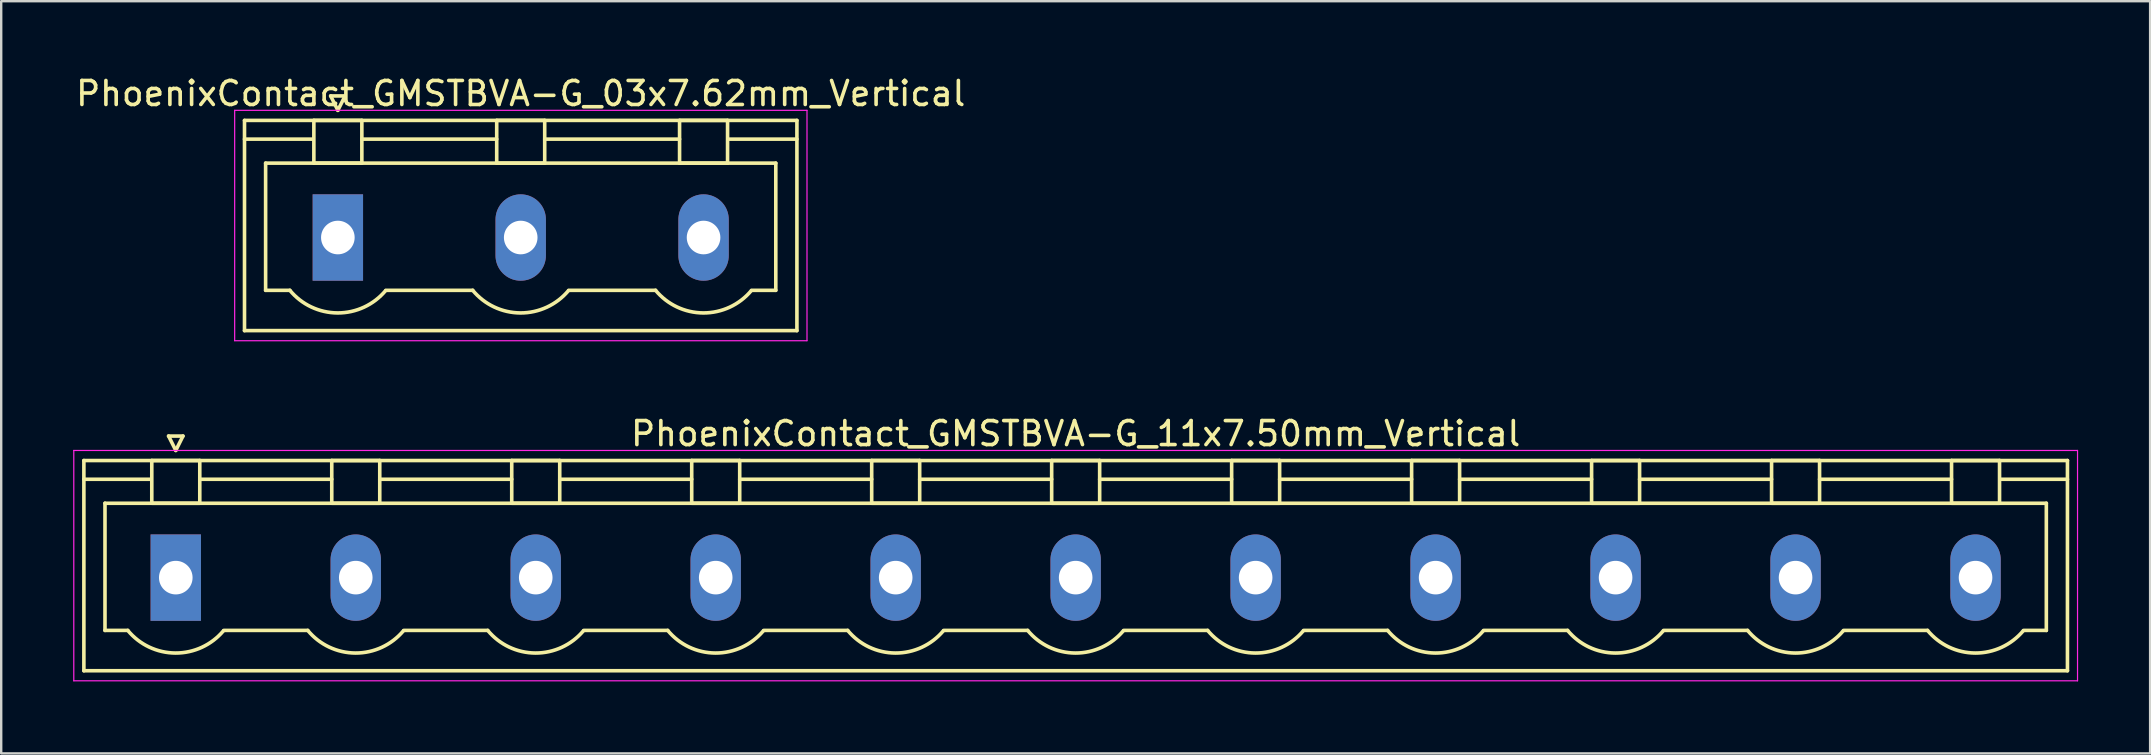
<source format=kicad_pcb>
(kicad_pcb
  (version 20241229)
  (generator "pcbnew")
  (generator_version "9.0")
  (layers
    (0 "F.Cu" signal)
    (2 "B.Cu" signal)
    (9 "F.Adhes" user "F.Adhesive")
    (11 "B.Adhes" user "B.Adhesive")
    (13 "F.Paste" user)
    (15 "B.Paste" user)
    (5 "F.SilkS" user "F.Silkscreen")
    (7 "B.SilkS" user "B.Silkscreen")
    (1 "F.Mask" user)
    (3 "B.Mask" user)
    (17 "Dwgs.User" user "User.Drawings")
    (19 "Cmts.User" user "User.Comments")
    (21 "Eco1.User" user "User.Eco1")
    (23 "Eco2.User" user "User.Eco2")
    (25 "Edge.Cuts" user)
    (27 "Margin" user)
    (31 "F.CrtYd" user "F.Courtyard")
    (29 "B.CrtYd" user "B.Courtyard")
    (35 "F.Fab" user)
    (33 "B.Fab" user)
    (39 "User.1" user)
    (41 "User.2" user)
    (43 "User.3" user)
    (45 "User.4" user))
  (footprint "PhoenixContact_GMSTBVA-G_03x7.62mm_Vertical"
    (layer "F.Cu")
    (at 11.029 6.848)
    (property "Reference" "PhoenixContact_GMSTBVA-G_03x7.62mm_Vertical" (at 7.62 -6 0) (layer "F.SilkS") (effects (font (size 1 1) (thickness 0.15))))
    (attr through_hole)
    (fp_line (start -3.89 -4.88) (end -3.89 3.88) (stroke (width 0.15) (type solid)) (layer "F.SilkS"))
    (fp_line (start -3.89 -4.1) (end -1.08 -4.1) (stroke (width 0.15) (type solid)) (layer "F.SilkS"))
    (fp_line (start -3.89 3.88) (end 19.13 3.88) (stroke (width 0.15) (type solid)) (layer "F.SilkS"))
    (fp_line (start -3.01 -3.1) (end 18.25 -3.1) (stroke (width 0.15) (type solid)) (layer "F.SilkS"))
    (fp_line (start -3.01 2.2) (end -3.01 -3.1) (stroke (width 0.15) (type solid)) (layer "F.SilkS"))
    (fp_line (start -2 2.2) (end -3.01 2.2) (stroke (width 0.15) (type solid)) (layer "F.SilkS"))
    (fp_line (start -1 -4.88) (end 1 -4.88) (stroke (width 0.15) (type solid)) (layer "F.SilkS"))
    (fp_line (start -1 -3.1) (end -1 -4.88) (stroke (width 0.15) (type solid)) (layer "F.SilkS"))
    (fp_line (start -0.3 -5.9) (end 0 -5.3) (stroke (width 0.15) (type solid)) (layer "F.SilkS"))
    (fp_line (start 0 -5.3) (end 0.3 -5.9) (stroke (width 0.15) (type solid)) (layer "F.SilkS"))
    (fp_line (start 0.3 -5.9) (end -0.3 -5.9) (stroke (width 0.15) (type solid)) (layer "F.SilkS"))
    (fp_line (start 1 -4.88) (end 1 -3.1) (stroke (width 0.15) (type solid)) (layer "F.SilkS"))
    (fp_line (start 1 -4.1) (end 6.62 -4.1) (stroke (width 0.15) (type solid)) (layer "F.SilkS"))
    (fp_line (start 1 -3.1) (end -1 -3.1) (stroke (width 0.15) (type solid)) (layer "F.SilkS"))
    (fp_line (start 2 2.2) (end 5.62 2.2) (stroke (width 0.15) (type solid)) (layer "F.SilkS"))
    (fp_line (start 6.62 -4.88) (end 8.62 -4.88) (stroke (width 0.15) (type solid)) (layer "F.SilkS"))
    (fp_line (start 6.62 -3.1) (end 6.62 -4.88) (stroke (width 0.15) (type solid)) (layer "F.SilkS"))
    (fp_line (start 8.62 -4.88) (end 8.62 -3.1) (stroke (width 0.15) (type solid)) (layer "F.SilkS"))
    (fp_line (start 8.62 -4.1) (end 14.24 -4.1) (stroke (width 0.15) (type solid)) (layer "F.SilkS"))
    (fp_line (start 8.62 -3.1) (end 6.62 -3.1) (stroke (width 0.15) (type solid)) (layer "F.SilkS"))
    (fp_line (start 9.62 2.2) (end 13.24 2.2) (stroke (width 0.15) (type solid)) (layer "F.SilkS"))
    (fp_line (start 14.24 -4.88) (end 16.24 -4.88) (stroke (width 0.15) (type solid)) (layer "F.SilkS"))
    (fp_line (start 14.24 -3.1) (end 14.24 -4.88) (stroke (width 0.15) (type solid)) (layer "F.SilkS"))
    (fp_line (start 16.24 -4.88) (end 16.24 -3.1) (stroke (width 0.15) (type solid)) (layer "F.SilkS"))
    (fp_line (start 16.24 -3.1) (end 14.24 -3.1) (stroke (width 0.15) (type solid)) (layer "F.SilkS"))
    (fp_line (start 18.25 -3.1) (end 18.25 2.2) (stroke (width 0.15) (type solid)) (layer "F.SilkS"))
    (fp_line (start 18.25 2.2) (end 17.24 2.2) (stroke (width 0.15) (type solid)) (layer "F.SilkS"))
    (fp_line (start 19.13 -4.88) (end -3.89 -4.88) (stroke (width 0.15) (type solid)) (layer "F.SilkS"))
    (fp_line (start 19.13 -4.1) (end 16.32 -4.1) (stroke (width 0.15) (type solid)) (layer "F.SilkS"))
    (fp_line (start 19.13 3.88) (end 19.13 -4.88) (stroke (width 0.15) (type solid)) (layer "F.SilkS"))
    (fp_arc (start 1.986842 2.215821) (mid -0.010289 3.142758) (end -2 2.2) (stroke (width 0.15) (type solid)) (layer "F.SilkS"))
    (fp_arc (start 9.606842 2.215821) (mid 7.609711 3.142758) (end 5.62 2.2) (stroke (width 0.15) (type solid)) (layer "F.SilkS"))
    (fp_arc (start 17.226842 2.215821) (mid 15.229711 3.142758) (end 13.24 2.2) (stroke (width 0.15) (type solid)) (layer "F.SilkS"))
    (fp_line (start -4.3 -5.3) (end -4.3 4.3) (stroke (width 0.05) (type solid)) (layer "F.CrtYd"))
    (fp_line (start -4.3 4.3) (end 19.55 4.3) (stroke (width 0.05) (type solid)) (layer "F.CrtYd"))
    (fp_line (start 19.55 -5.3) (end -4.3 -5.3) (stroke (width 0.05) (type solid)) (layer "F.CrtYd"))
    (fp_line (start 19.55 4.3) (end 19.55 -5.3) (stroke (width 0.05) (type solid)) (layer "F.CrtYd"))
    (pad "1" thru_hole rect (at 0 0) (size 2.1 3.6) (drill 1.4) (layers "*.Cu" "*.Mask"))
    (pad "2" thru_hole oval (at 7.62 0) (size 2.1 3.6) (drill 1.4) (layers "*.Cu" "*.Mask"))
    (pad "3" thru_hole oval (at 15.24 0) (size 2.1 3.6) (drill 1.4) (layers "*.Cu" "*.Mask")))
  (footprint "PhoenixContact_GMSTBVA-G_11x7.50mm_Vertical"
    (layer "F.Cu")
    (at 4.275 21.021)
    (property "Reference" "PhoenixContact_GMSTBVA-G_11x7.50mm_Vertical" (at 37.5 -6 0) (layer "F.SilkS") (effects (font (size 1 1) (thickness 0.15))))
    (attr through_hole)
    (fp_line (start -3.83 -4.88) (end -3.83 3.88) (stroke (width 0.15) (type solid)) (layer "F.SilkS"))
    (fp_line (start -3.83 -4.1) (end -1.08 -4.1) (stroke (width 0.15) (type solid)) (layer "F.SilkS"))
    (fp_line (start -3.83 3.88) (end 78.83 3.88) (stroke (width 0.15) (type solid)) (layer "F.SilkS"))
    (fp_line (start -2.95 -3.1) (end 77.95 -3.1) (stroke (width 0.15) (type solid)) (layer "F.SilkS"))
    (fp_line (start -2.95 2.2) (end -2.95 -3.1) (stroke (width 0.15) (type solid)) (layer "F.SilkS"))
    (fp_line (start -2 2.2) (end -2.95 2.2) (stroke (width 0.15) (type solid)) (layer "F.SilkS"))
    (fp_line (start -1 -4.88) (end 1 -4.88) (stroke (width 0.15) (type solid)) (layer "F.SilkS"))
    (fp_line (start -1 -3.1) (end -1 -4.88) (stroke (width 0.15) (type solid)) (layer "F.SilkS"))
    (fp_line (start -0.3 -5.9) (end 0 -5.3) (stroke (width 0.15) (type solid)) (layer "F.SilkS"))
    (fp_line (start 0 -5.3) (end 0.3 -5.9) (stroke (width 0.15) (type solid)) (layer "F.SilkS"))
    (fp_line (start 0.3 -5.9) (end -0.3 -5.9) (stroke (width 0.15) (type solid)) (layer "F.SilkS"))
    (fp_line (start 1 -4.88) (end 1 -3.1) (stroke (width 0.15) (type solid)) (layer "F.SilkS"))
    (fp_line (start 1 -4.1) (end 6.5 -4.1) (stroke (width 0.15) (type solid)) (layer "F.SilkS"))
    (fp_line (start 1 -3.1) (end -1 -3.1) (stroke (width 0.15) (type solid)) (layer "F.SilkS"))
    (fp_line (start 2 2.2) (end 5.5 2.2) (stroke (width 0.15) (type solid)) (layer "F.SilkS"))
    (fp_line (start 6.5 -4.88) (end 8.5 -4.88) (stroke (width 0.15) (type solid)) (layer "F.SilkS"))
    (fp_line (start 6.5 -3.1) (end 6.5 -4.88) (stroke (width 0.15) (type solid)) (layer "F.SilkS"))
    (fp_line (start 8.5 -4.88) (end 8.5 -3.1) (stroke (width 0.15) (type solid)) (layer "F.SilkS"))
    (fp_line (start 8.5 -4.1) (end 14 -4.1) (stroke (width 0.15) (type solid)) (layer "F.SilkS"))
    (fp_line (start 8.5 -3.1) (end 6.5 -3.1) (stroke (width 0.15) (type solid)) (layer "F.SilkS"))
    (fp_line (start 9.5 2.2) (end 13 2.2) (stroke (width 0.15) (type solid)) (layer "F.SilkS"))
    (fp_line (start 14 -4.88) (end 16 -4.88) (stroke (width 0.15) (type solid)) (layer "F.SilkS"))
    (fp_line (start 14 -3.1) (end 14 -4.88) (stroke (width 0.15) (type solid)) (layer "F.SilkS"))
    (fp_line (start 16 -4.88) (end 16 -3.1) (stroke (width 0.15) (type solid)) (layer "F.SilkS"))
    (fp_line (start 16 -4.1) (end 21.5 -4.1) (stroke (width 0.15) (type solid)) (layer "F.SilkS"))
    (fp_line (start 16 -3.1) (end 14 -3.1) (stroke (width 0.15) (type solid)) (layer "F.SilkS"))
    (fp_line (start 17 2.2) (end 20.5 2.2) (stroke (width 0.15) (type solid)) (layer "F.SilkS"))
    (fp_line (start 21.5 -4.88) (end 23.5 -4.88) (stroke (width 0.15) (type solid)) (layer "F.SilkS"))
    (fp_line (start 21.5 -3.1) (end 21.5 -4.88) (stroke (width 0.15) (type solid)) (layer "F.SilkS"))
    (fp_line (start 23.5 -4.88) (end 23.5 -3.1) (stroke (width 0.15) (type solid)) (layer "F.SilkS"))
    (fp_line (start 23.5 -4.1) (end 29 -4.1) (stroke (width 0.15) (type solid)) (layer "F.SilkS"))
    (fp_line (start 23.5 -3.1) (end 21.5 -3.1) (stroke (width 0.15) (type solid)) (layer "F.SilkS"))
    (fp_line (start 24.5 2.2) (end 28 2.2) (stroke (width 0.15) (type solid)) (layer "F.SilkS"))
    (fp_line (start 29 -4.88) (end 31 -4.88) (stroke (width 0.15) (type solid)) (layer "F.SilkS"))
    (fp_line (start 29 -3.1) (end 29 -4.88) (stroke (width 0.15) (type solid)) (layer "F.SilkS"))
    (fp_line (start 31 -4.88) (end 31 -3.1) (stroke (width 0.15) (type solid)) (layer "F.SilkS"))
    (fp_line (start 31 -4.1) (end 36.5 -4.1) (stroke (width 0.15) (type solid)) (layer "F.SilkS"))
    (fp_line (start 31 -3.1) (end 29 -3.1) (stroke (width 0.15) (type solid)) (layer "F.SilkS"))
    (fp_line (start 32 2.2) (end 35.5 2.2) (stroke (width 0.15) (type solid)) (layer "F.SilkS"))
    (fp_line (start 36.5 -4.88) (end 38.5 -4.88) (stroke (width 0.15) (type solid)) (layer "F.SilkS"))
    (fp_line (start 36.5 -3.1) (end 36.5 -4.88) (stroke (width 0.15) (type solid)) (layer "F.SilkS"))
    (fp_line (start 38.5 -4.88) (end 38.5 -3.1) (stroke (width 0.15) (type solid)) (layer "F.SilkS"))
    (fp_line (start 38.5 -4.1) (end 44 -4.1) (stroke (width 0.15) (type solid)) (layer "F.SilkS"))
    (fp_line (start 38.5 -3.1) (end 36.5 -3.1) (stroke (width 0.15) (type solid)) (layer "F.SilkS"))
    (fp_line (start 39.5 2.2) (end 43 2.2) (stroke (width 0.15) (type solid)) (layer "F.SilkS"))
    (fp_line (start 44 -4.88) (end 46 -4.88) (stroke (width 0.15) (type solid)) (layer "F.SilkS"))
    (fp_line (start 44 -3.1) (end 44 -4.88) (stroke (width 0.15) (type solid)) (layer "F.SilkS"))
    (fp_line (start 46 -4.88) (end 46 -3.1) (stroke (width 0.15) (type solid)) (layer "F.SilkS"))
    (fp_line (start 46 -4.1) (end 51.5 -4.1) (stroke (width 0.15) (type solid)) (layer "F.SilkS"))
    (fp_line (start 46 -3.1) (end 44 -3.1) (stroke (width 0.15) (type solid)) (layer "F.SilkS"))
    (fp_line (start 47 2.2) (end 50.5 2.2) (stroke (width 0.15) (type solid)) (layer "F.SilkS"))
    (fp_line (start 51.5 -4.88) (end 53.5 -4.88) (stroke (width 0.15) (type solid)) (layer "F.SilkS"))
    (fp_line (start 51.5 -3.1) (end 51.5 -4.88) (stroke (width 0.15) (type solid)) (layer "F.SilkS"))
    (fp_line (start 53.5 -4.88) (end 53.5 -3.1) (stroke (width 0.15) (type solid)) (layer "F.SilkS"))
    (fp_line (start 53.5 -4.1) (end 59 -4.1) (stroke (width 0.15) (type solid)) (layer "F.SilkS"))
    (fp_line (start 53.5 -3.1) (end 51.5 -3.1) (stroke (width 0.15) (type solid)) (layer "F.SilkS"))
    (fp_line (start 54.5 2.2) (end 58 2.2) (stroke (width 0.15) (type solid)) (layer "F.SilkS"))
    (fp_line (start 59 -4.88) (end 61 -4.88) (stroke (width 0.15) (type solid)) (layer "F.SilkS"))
    (fp_line (start 59 -3.1) (end 59 -4.88) (stroke (width 0.15) (type solid)) (layer "F.SilkS"))
    (fp_line (start 61 -4.88) (end 61 -3.1) (stroke (width 0.15) (type solid)) (layer "F.SilkS"))
    (fp_line (start 61 -4.1) (end 66.5 -4.1) (stroke (width 0.15) (type solid)) (layer "F.SilkS"))
    (fp_line (start 61 -3.1) (end 59 -3.1) (stroke (width 0.15) (type solid)) (layer "F.SilkS"))
    (fp_line (start 62 2.2) (end 65.5 2.2) (stroke (width 0.15) (type solid)) (layer "F.SilkS"))
    (fp_line (start 66.5 -4.88) (end 68.5 -4.88) (stroke (width 0.15) (type solid)) (layer "F.SilkS"))
    (fp_line (start 66.5 -3.1) (end 66.5 -4.88) (stroke (width 0.15) (type solid)) (layer "F.SilkS"))
    (fp_line (start 68.5 -4.88) (end 68.5 -3.1) (stroke (width 0.15) (type solid)) (layer "F.SilkS"))
    (fp_line (start 68.5 -4.1) (end 74 -4.1) (stroke (width 0.15) (type solid)) (layer "F.SilkS"))
    (fp_line (start 68.5 -3.1) (end 66.5 -3.1) (stroke (width 0.15) (type solid)) (layer "F.SilkS"))
    (fp_line (start 69.5 2.2) (end 73 2.2) (stroke (width 0.15) (type solid)) (layer "F.SilkS"))
    (fp_line (start 74 -4.88) (end 76 -4.88) (stroke (width 0.15) (type solid)) (layer "F.SilkS"))
    (fp_line (start 74 -3.1) (end 74 -4.88) (stroke (width 0.15) (type solid)) (layer "F.SilkS"))
    (fp_line (start 76 -4.88) (end 76 -3.1) (stroke (width 0.15) (type solid)) (layer "F.SilkS"))
    (fp_line (start 76 -3.1) (end 74 -3.1) (stroke (width 0.15) (type solid)) (layer "F.SilkS"))
    (fp_line (start 77.95 -3.1) (end 77.95 2.2) (stroke (width 0.15) (type solid)) (layer "F.SilkS"))
    (fp_line (start 77.95 2.2) (end 77 2.2) (stroke (width 0.15) (type solid)) (layer "F.SilkS"))
    (fp_line (start 78.83 -4.88) (end -3.83 -4.88) (stroke (width 0.15) (type solid)) (layer "F.SilkS"))
    (fp_line (start 78.83 -4.1) (end 76.08 -4.1) (stroke (width 0.15) (type solid)) (layer "F.SilkS"))
    (fp_line (start 78.83 3.88) (end 78.83 -4.88) (stroke (width 0.15) (type solid)) (layer "F.SilkS"))
    (fp_arc (start 1.986842 2.215821) (mid -0.010289 3.142758) (end -2 2.2) (stroke (width 0.15) (type solid)) (layer "F.SilkS"))
    (fp_arc (start 9.486842 2.215821) (mid 7.489711 3.142758) (end 5.5 2.2) (stroke (width 0.15) (type solid)) (layer "F.SilkS"))
    (fp_arc (start 16.986842 2.215821) (mid 14.989711 3.142758) (end 13 2.2) (stroke (width 0.15) (type solid)) (layer "F.SilkS"))
    (fp_arc (start 24.486842 2.215821) (mid 22.489711 3.142758) (end 20.5 2.2) (stroke (width 0.15) (type solid)) (layer "F.SilkS"))
    (fp_arc (start 31.986842 2.215821) (mid 29.989711 3.142758) (end 28 2.2) (stroke (width 0.15) (type solid)) (layer "F.SilkS"))
    (fp_arc (start 39.486842 2.215821) (mid 37.489711 3.142758) (end 35.5 2.2) (stroke (width 0.15) (type solid)) (layer "F.SilkS"))
    (fp_arc (start 46.986842 2.215821) (mid 44.989711 3.142758) (end 43 2.2) (stroke (width 0.15) (type solid)) (layer "F.SilkS"))
    (fp_arc (start 54.486842 2.215821) (mid 52.489711 3.142758) (end 50.5 2.2) (stroke (width 0.15) (type solid)) (layer "F.SilkS"))
    (fp_arc (start 61.986842 2.215821) (mid 59.989711 3.142758) (end 58 2.2) (stroke (width 0.15) (type solid)) (layer "F.SilkS"))
    (fp_arc (start 69.486842 2.215821) (mid 67.489711 3.142758) (end 65.5 2.2) (stroke (width 0.15) (type solid)) (layer "F.SilkS"))
    (fp_arc (start 76.986842 2.215821) (mid 74.989711 3.142758) (end 73 2.2) (stroke (width 0.15) (type solid)) (layer "F.SilkS"))
    (fp_line (start -4.25 -5.3) (end -4.25 4.3) (stroke (width 0.05) (type solid)) (layer "F.CrtYd"))
    (fp_line (start -4.25 4.3) (end 79.25 4.3) (stroke (width 0.05) (type solid)) (layer "F.CrtYd"))
    (fp_line (start 79.25 -5.3) (end -4.25 -5.3) (stroke (width 0.05) (type solid)) (layer "F.CrtYd"))
    (fp_line (start 79.25 4.3) (end 79.25 -5.3) (stroke (width 0.05) (type solid)) (layer "F.CrtYd"))
    (pad "1" thru_hole rect (at 0 0) (size 2.1 3.6) (drill 1.4) (layers "*.Cu" "*.Mask"))
    (pad "2" thru_hole oval (at 7.5 0) (size 2.1 3.6) (drill 1.4) (layers "*.Cu" "*.Mask"))
    (pad "3" thru_hole oval (at 15 0) (size 2.1 3.6) (drill 1.4) (layers "*.Cu" "*.Mask"))
    (pad "4" thru_hole oval (at 22.5 0) (size 2.1 3.6) (drill 1.4) (layers "*.Cu" "*.Mask"))
    (pad "5" thru_hole oval (at 30 0) (size 2.1 3.6) (drill 1.4) (layers "*.Cu" "*.Mask"))
    (pad "6" thru_hole oval (at 37.5 0) (size 2.1 3.6) (drill 1.4) (layers "*.Cu" "*.Mask"))
    (pad "7" thru_hole oval (at 45 0) (size 2.1 3.6) (drill 1.4) (layers "*.Cu" "*.Mask"))
    (pad "8" thru_hole oval (at 52.5 0) (size 2.1 3.6) (drill 1.4) (layers "*.Cu" "*.Mask"))
    (pad "9" thru_hole oval (at 60 0) (size 2.1 3.6) (drill 1.4) (layers "*.Cu" "*.Mask"))
    (pad "10" thru_hole oval (at 67.5 0) (size 2.1 3.6) (drill 1.4) (layers "*.Cu" "*.Mask"))
    (pad "11" thru_hole oval (at 75 0) (size 2.1 3.6) (drill 1.4) (layers "*.Cu" "*.Mask")))
  (gr_rect
    (start -3 -3)
    (end 86.55 28.346)
    (stroke (width 0.1) (type default))
    (fill no)
    (layer "Edge.Cuts")))
</source>
